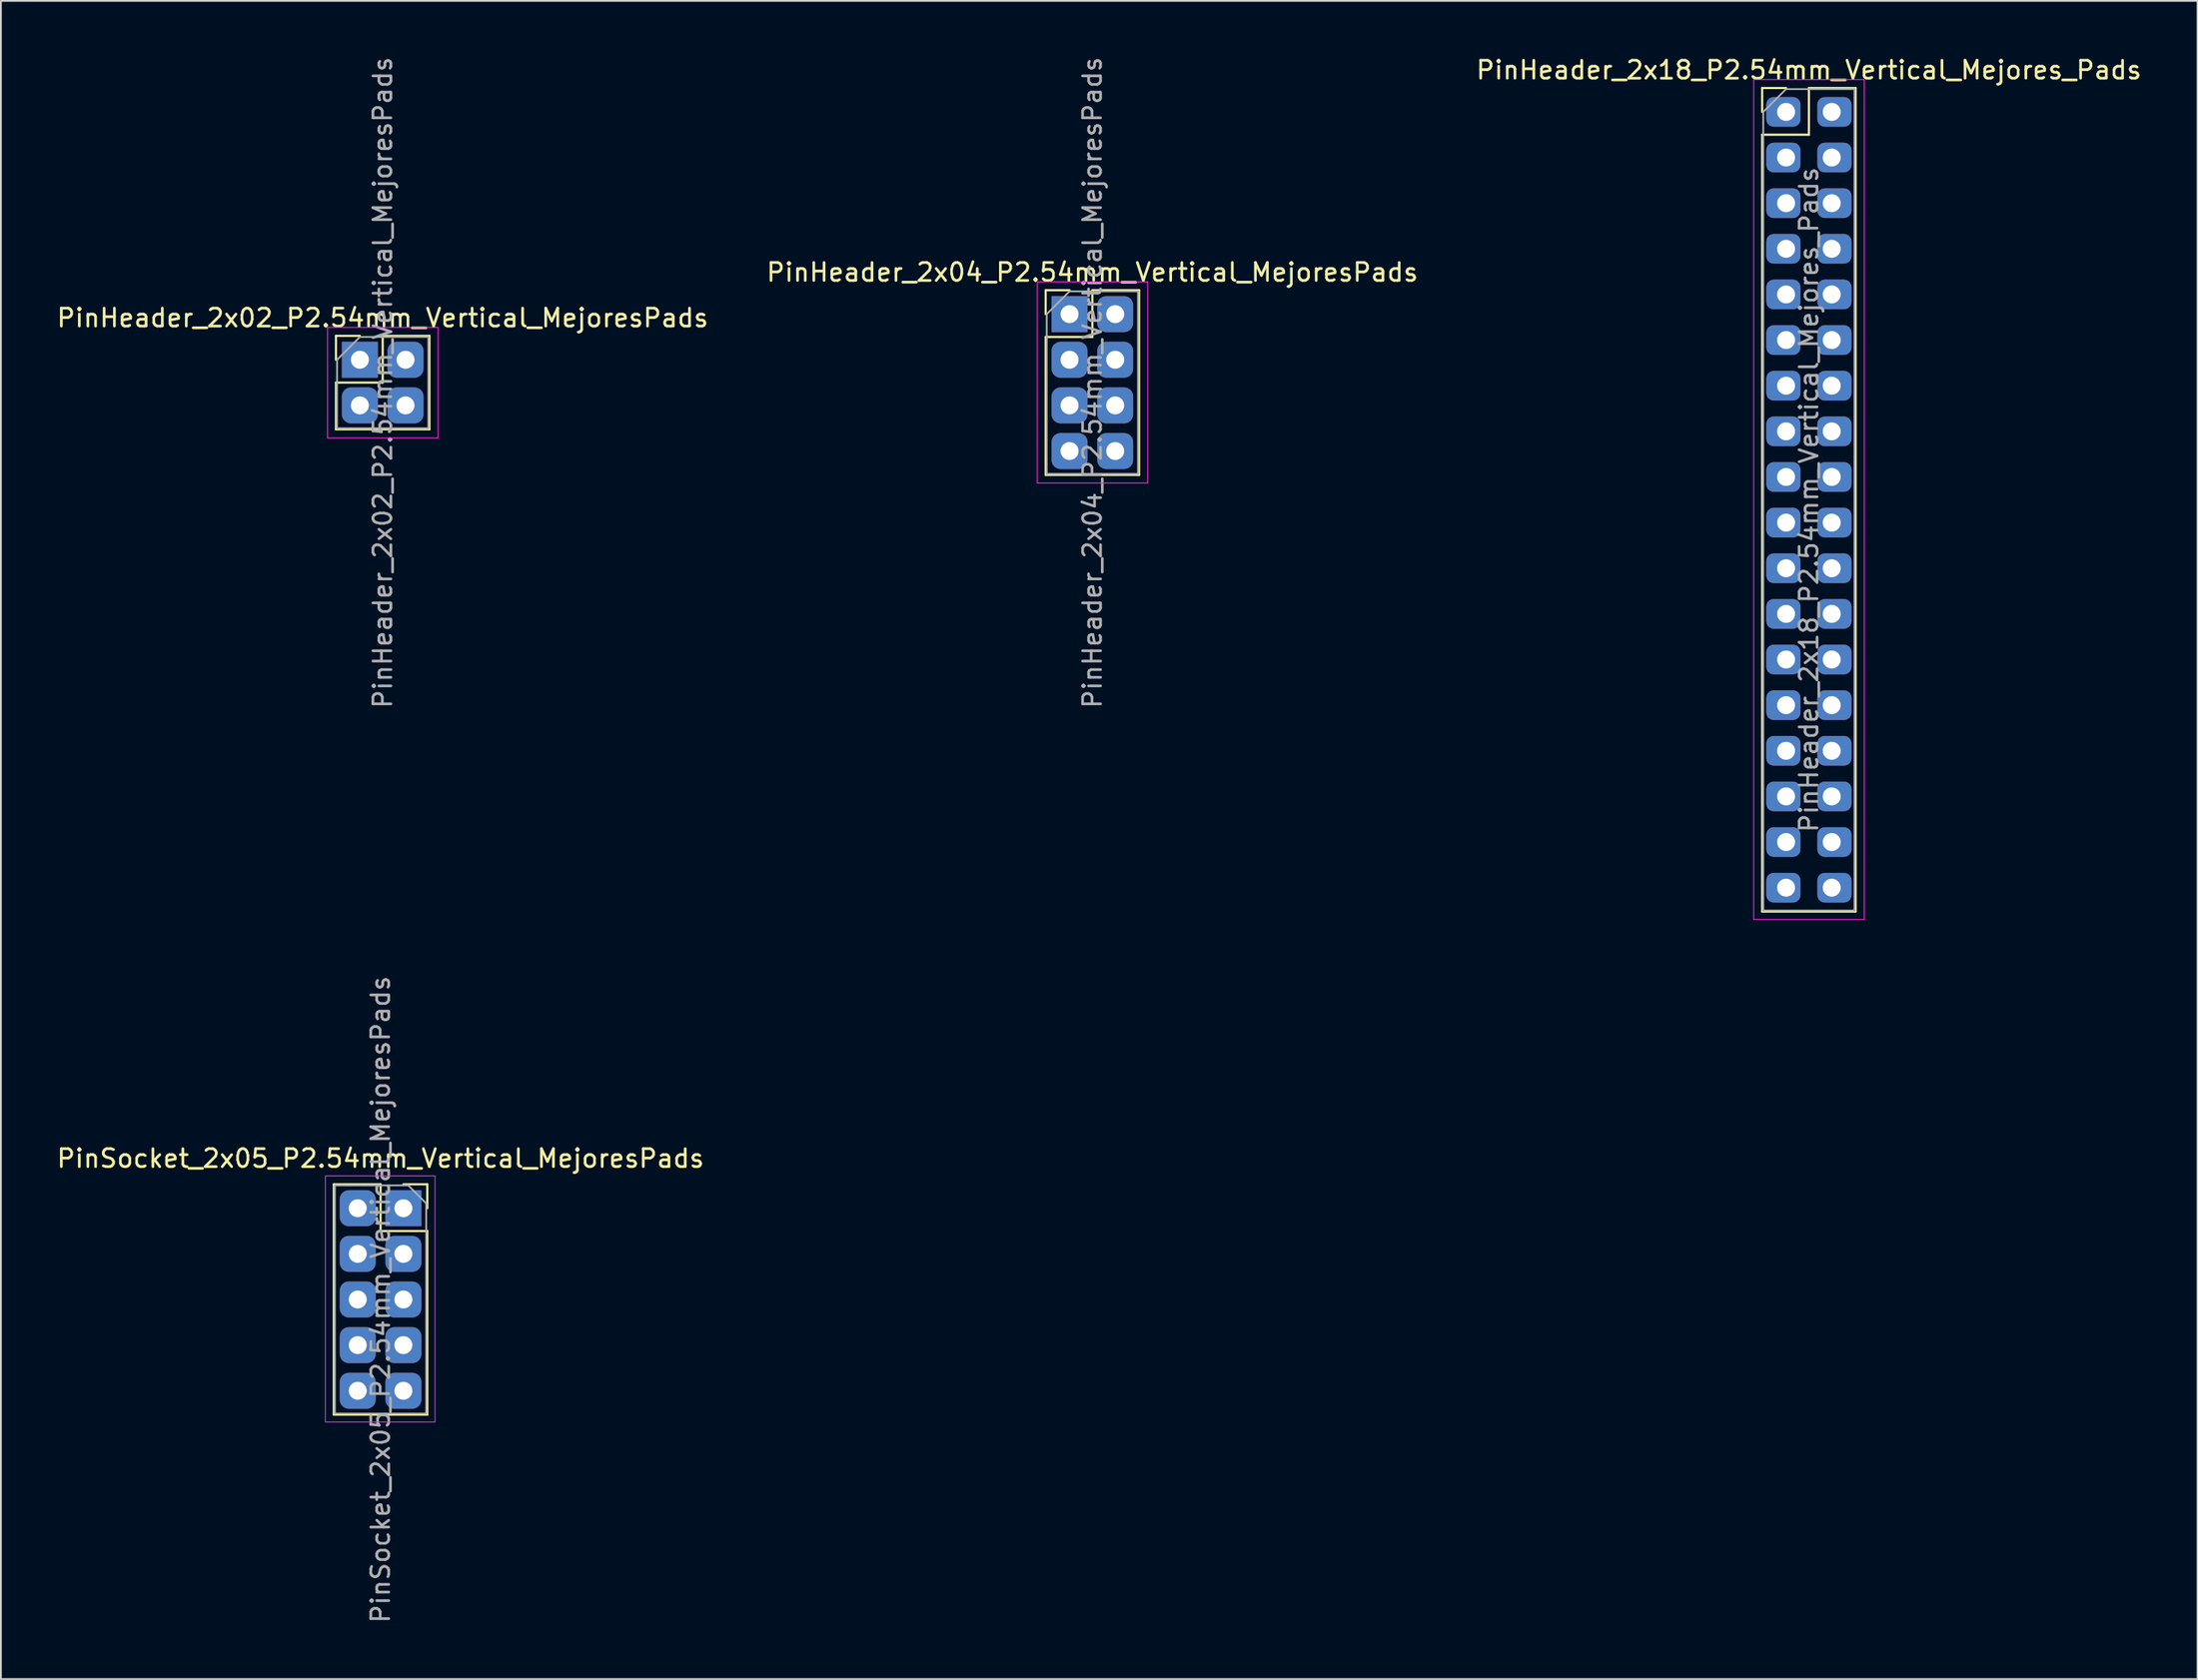
<source format=kicad_pcb>
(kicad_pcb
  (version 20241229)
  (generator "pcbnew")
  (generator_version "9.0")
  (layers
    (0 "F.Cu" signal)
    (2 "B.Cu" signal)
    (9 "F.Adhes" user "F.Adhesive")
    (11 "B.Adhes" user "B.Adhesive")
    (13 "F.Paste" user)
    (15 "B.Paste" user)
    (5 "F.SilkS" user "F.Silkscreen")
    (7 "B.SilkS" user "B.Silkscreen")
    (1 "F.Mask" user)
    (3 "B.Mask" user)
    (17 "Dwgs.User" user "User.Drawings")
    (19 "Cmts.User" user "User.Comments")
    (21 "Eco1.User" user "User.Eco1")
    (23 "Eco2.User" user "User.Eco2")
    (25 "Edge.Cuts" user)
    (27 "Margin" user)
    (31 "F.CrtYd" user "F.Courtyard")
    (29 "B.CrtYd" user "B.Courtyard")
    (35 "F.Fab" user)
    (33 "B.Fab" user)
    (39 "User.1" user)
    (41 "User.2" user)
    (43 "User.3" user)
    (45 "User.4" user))
  (footprint "PinSocket_2x05_P2.54mm_Vertical_MejoresPads"
    (layer "F.Cu")
    (at 19.395 64.198)
    (property "Reference" "PinSocket_2x05_P2.54mm_Vertical_MejoresPads" (at -1.27 -2.77 0) (layer "F.SilkS") (effects (font (size 1 1) (thickness 0.15))))
    (attr through_hole)
    (fp_line (start -3.87 -1.33) (end -3.87 11.49) (stroke (width 0.12) (type solid)) (layer "F.SilkS"))
    (fp_line (start -3.87 -1.33) (end -1.27 -1.33) (stroke (width 0.12) (type solid)) (layer "F.SilkS"))
    (fp_line (start -3.87 11.49) (end 1.33 11.49) (stroke (width 0.12) (type solid)) (layer "F.SilkS"))
    (fp_line (start -1.27 -1.33) (end -1.27 1.27) (stroke (width 0.12) (type solid)) (layer "F.SilkS"))
    (fp_line (start -1.27 1.27) (end 1.33 1.27) (stroke (width 0.12) (type solid)) (layer "F.SilkS"))
    (fp_line (start 0 -1.33) (end 1.33 -1.33) (stroke (width 0.12) (type solid)) (layer "F.SilkS"))
    (fp_line (start 1.33 -1.33) (end 1.33 0) (stroke (width 0.12) (type solid)) (layer "F.SilkS"))
    (fp_line (start 1.33 1.27) (end 1.33 11.49) (stroke (width 0.12) (type solid)) (layer "F.SilkS"))
    (fp_line (start -4.34 -1.8) (end 1.76 -1.8) (stroke (width 0.05) (type solid)) (layer "F.CrtYd"))
    (fp_line (start -4.34 11.9) (end -4.34 -1.8) (stroke (width 0.05) (type solid)) (layer "F.CrtYd"))
    (fp_line (start 1.76 -1.8) (end 1.76 11.9) (stroke (width 0.05) (type solid)) (layer "F.CrtYd"))
    (fp_line (start 1.76 11.9) (end -4.34 11.9) (stroke (width 0.05) (type solid)) (layer "F.CrtYd"))
    (fp_line (start -3.81 -1.27) (end 0.27 -1.27) (stroke (width 0.1) (type solid)) (layer "F.Fab"))
    (fp_line (start -3.81 11.43) (end -3.81 -1.27) (stroke (width 0.1) (type solid)) (layer "F.Fab"))
    (fp_line (start 0.27 -1.27) (end 1.27 -0.27) (stroke (width 0.1) (type solid)) (layer "F.Fab"))
    (fp_line (start 1.27 -0.27) (end 1.27 11.43) (stroke (width 0.1) (type solid)) (layer "F.Fab"))
    (fp_line (start 1.27 11.43) (end -3.81 11.43) (stroke (width 0.1) (type solid)) (layer "F.Fab"))
    (fp_text user "${REFERENCE}" (at -1.27 5.08 90) (layer "F.Fab") (effects (font (size 1 1) (thickness 0.15))))
    (pad "1" thru_hole rect (at 0 0) (size 2 2) (drill 1) (layers "*.Cu" "*.Mask"))
    (pad "2" thru_hole roundrect (at -2.54 0) (size 2 2) (drill 1) (layers "*.Cu" "*.Mask") (roundrect_rratio 0.25))
    (pad "3" thru_hole roundrect (at 0 2.54) (size 2 2) (drill 1) (layers "*.Cu" "*.Mask") (roundrect_rratio 0.25))
    (pad "4" thru_hole roundrect (at -2.54 2.54) (size 2 2) (drill 1) (layers "*.Cu" "*.Mask") (roundrect_rratio 0.25))
    (pad "5" thru_hole roundrect (at 0 5.08) (size 2 2) (drill 1) (layers "*.Cu" "*.Mask") (roundrect_rratio 0.25))
    (pad "6" thru_hole roundrect (at -2.54 5.08) (size 2 2) (drill 1) (layers "*.Cu" "*.Mask") (roundrect_rratio 0.25))
    (pad "7" thru_hole roundrect (at 0 7.62) (size 2 2) (drill 1) (layers "*.Cu" "*.Mask") (roundrect_rratio 0.25))
    (pad "8" thru_hole roundrect (at -2.54 7.62) (size 2 2) (drill 1) (layers "*.Cu" "*.Mask") (roundrect_rratio 0.25))
    (pad "9" thru_hole roundrect (at 0 10.16) (size 2 2) (drill 1) (layers "*.Cu" "*.Mask") (roundrect_rratio 0.25))
    (pad "10" thru_hole roundrect (at -2.54 10.16) (size 2 2) (drill 1) (layers "*.Cu" "*.Mask") (roundrect_rratio 0.25)))
  (footprint "PinHeader_2x02_P2.54mm_Vertical_MejoresPads"
    (layer "F.Cu")
    (at 16.974 16.974)
    (property "Reference" "PinHeader_2x02_P2.54mm_Vertical_MejoresPads" (at 1.27 -2.33 0) (layer "F.SilkS") (effects (font (size 1 1) (thickness 0.15))))
    (attr through_hole)
    (fp_line (start -1.33 -1.33) (end 0 -1.33) (stroke (width 0.12) (type solid)) (layer "F.SilkS"))
    (fp_line (start -1.33 0) (end -1.33 -1.33) (stroke (width 0.12) (type solid)) (layer "F.SilkS"))
    (fp_line (start -1.33 1.27) (end -1.33 3.87) (stroke (width 0.12) (type solid)) (layer "F.SilkS"))
    (fp_line (start -1.33 1.27) (end 1.27 1.27) (stroke (width 0.12) (type solid)) (layer "F.SilkS"))
    (fp_line (start -1.33 3.87) (end 3.87 3.87) (stroke (width 0.12) (type solid)) (layer "F.SilkS"))
    (fp_line (start 1.27 -1.33) (end 3.87 -1.33) (stroke (width 0.12) (type solid)) (layer "F.SilkS"))
    (fp_line (start 1.27 1.27) (end 1.27 -1.33) (stroke (width 0.12) (type solid)) (layer "F.SilkS"))
    (fp_line (start 3.87 -1.33) (end 3.87 3.87) (stroke (width 0.12) (type solid)) (layer "F.SilkS"))
    (fp_line (start -1.8 -1.8) (end -1.8 4.35) (stroke (width 0.05) (type solid)) (layer "F.CrtYd"))
    (fp_line (start -1.8 4.35) (end 4.35 4.35) (stroke (width 0.05) (type solid)) (layer "F.CrtYd"))
    (fp_line (start 4.35 -1.8) (end -1.8 -1.8) (stroke (width 0.05) (type solid)) (layer "F.CrtYd"))
    (fp_line (start 4.35 4.35) (end 4.35 -1.8) (stroke (width 0.05) (type solid)) (layer "F.CrtYd"))
    (fp_line (start -1.27 0) (end 0 -1.27) (stroke (width 0.1) (type solid)) (layer "F.Fab"))
    (fp_line (start -1.27 3.81) (end -1.27 0) (stroke (width 0.1) (type solid)) (layer "F.Fab"))
    (fp_line (start 0 -1.27) (end 3.81 -1.27) (stroke (width 0.1) (type solid)) (layer "F.Fab"))
    (fp_line (start 3.81 -1.27) (end 3.81 3.81) (stroke (width 0.1) (type solid)) (layer "F.Fab"))
    (fp_line (start 3.81 3.81) (end -1.27 3.81) (stroke (width 0.1) (type solid)) (layer "F.Fab"))
    (fp_text user "${REFERENCE}" (at 1.27 1.27 90) (layer "F.Fab") (effects (font (size 1 1) (thickness 0.15))))
    (pad "1" thru_hole rect (at 0 0) (size 2 2) (drill 1) (layers "*.Cu" "*.Mask"))
    (pad "2" thru_hole roundrect (at 2.54 0) (size 2 2) (drill 1) (layers "*.Cu" "*.Mask") (roundrect_rratio 0.25))
    (pad "3" thru_hole roundrect (at 0 2.54) (size 2 2) (drill 1) (layers "*.Cu" "*.Mask") (roundrect_rratio 0.25))
    (pad "4" thru_hole roundrect (at 2.54 2.54) (size 2 2) (drill 1) (layers "*.Cu" "*.Mask") (roundrect_rratio 0.25)))
  (footprint "PinHeader_2x04_P2.54mm_Vertical_MejoresPads"
    (layer "F.Cu")
    (at 56.462 14.434)
    (property "Reference" "PinHeader_2x04_P2.54mm_Vertical_MejoresPads" (at 1.27 -2.33 0) (layer "F.SilkS") (effects (font (size 1 1) (thickness 0.15))))
    (attr through_hole)
    (fp_line (start -1.33 -1.33) (end 0 -1.33) (stroke (width 0.12) (type solid)) (layer "F.SilkS"))
    (fp_line (start -1.33 0) (end -1.33 -1.33) (stroke (width 0.12) (type solid)) (layer "F.SilkS"))
    (fp_line (start -1.33 1.27) (end -1.33 8.95) (stroke (width 0.12) (type solid)) (layer "F.SilkS"))
    (fp_line (start -1.33 1.27) (end 1.27 1.27) (stroke (width 0.12) (type solid)) (layer "F.SilkS"))
    (fp_line (start -1.33 8.95) (end 3.87 8.95) (stroke (width 0.12) (type solid)) (layer "F.SilkS"))
    (fp_line (start 1.27 -1.33) (end 3.87 -1.33) (stroke (width 0.12) (type solid)) (layer "F.SilkS"))
    (fp_line (start 1.27 1.27) (end 1.27 -1.33) (stroke (width 0.12) (type solid)) (layer "F.SilkS"))
    (fp_line (start 3.87 -1.33) (end 3.87 8.95) (stroke (width 0.12) (type solid)) (layer "F.SilkS"))
    (fp_line (start -1.8 -1.8) (end -1.8 9.4) (stroke (width 0.05) (type solid)) (layer "F.CrtYd"))
    (fp_line (start -1.8 9.4) (end 4.35 9.4) (stroke (width 0.05) (type solid)) (layer "F.CrtYd"))
    (fp_line (start 4.35 -1.8) (end -1.8 -1.8) (stroke (width 0.05) (type solid)) (layer "F.CrtYd"))
    (fp_line (start 4.35 9.4) (end 4.35 -1.8) (stroke (width 0.05) (type solid)) (layer "F.CrtYd"))
    (fp_line (start -1.27 0) (end 0 -1.27) (stroke (width 0.1) (type solid)) (layer "F.Fab"))
    (fp_line (start -1.27 8.89) (end -1.27 0) (stroke (width 0.1) (type solid)) (layer "F.Fab"))
    (fp_line (start 0 -1.27) (end 3.81 -1.27) (stroke (width 0.1) (type solid)) (layer "F.Fab"))
    (fp_line (start 3.81 -1.27) (end 3.81 8.89) (stroke (width 0.1) (type solid)) (layer "F.Fab"))
    (fp_line (start 3.81 8.89) (end -1.27 8.89) (stroke (width 0.1) (type solid)) (layer "F.Fab"))
    (fp_text user "${REFERENCE}" (at 1.27 3.81 90) (layer "F.Fab") (effects (font (size 1 1) (thickness 0.15))))
    (pad "1" thru_hole rect (at 0 0) (size 2 2) (drill 1) (layers "*.Cu" "*.Mask"))
    (pad "2" thru_hole roundrect (at 2.54 0) (size 2 2) (drill 1) (layers "*.Cu" "*.Mask") (roundrect_rratio 0.25))
    (pad "3" thru_hole roundrect (at 0 2.54) (size 2 2) (drill 1) (layers "*.Cu" "*.Mask") (roundrect_rratio 0.25))
    (pad "4" thru_hole roundrect (at 2.54 2.54) (size 2 2) (drill 1) (layers "*.Cu" "*.Mask") (roundrect_rratio 0.25))
    (pad "5" thru_hole roundrect (at 0 5.08) (size 2 2) (drill 1) (layers "*.Cu" "*.Mask") (roundrect_rratio 0.25))
    (pad "6" thru_hole roundrect (at 2.54 5.08) (size 2 2) (drill 1) (layers "*.Cu" "*.Mask") (roundrect_rratio 0.25))
    (pad "7" thru_hole roundrect (at 0 7.62) (size 2 2) (drill 1) (layers "*.Cu" "*.Mask") (roundrect_rratio 0.25))
    (pad "8" thru_hole roundrect (at 2.54 7.62) (size 2 2) (drill 1) (layers "*.Cu" "*.Mask") (roundrect_rratio 0.25)))
  (footprint "PinHeader_2x18_P2.54mm_Vertical_Mejores_Pads"
    (layer "F.Cu")
    (at 96.331 3.178)
    (property "Reference" "PinHeader_2x18_P2.54mm_Vertical_Mejores_Pads" (at 1.27 -2.33 0) (layer "F.SilkS") (effects (font (size 1 1) (thickness 0.15))))
    (attr through_hole)
    (fp_line (start -1.33 -1.33) (end 0 -1.33) (stroke (width 0.12) (type solid)) (layer "F.SilkS"))
    (fp_line (start -1.33 0) (end -1.33 -1.33) (stroke (width 0.12) (type solid)) (layer "F.SilkS"))
    (fp_line (start -1.33 1.27) (end -1.33 44.51) (stroke (width 0.12) (type solid)) (layer "F.SilkS"))
    (fp_line (start -1.33 1.27) (end 1.27 1.27) (stroke (width 0.12) (type solid)) (layer "F.SilkS"))
    (fp_line (start -1.33 44.51) (end 3.87 44.51) (stroke (width 0.12) (type solid)) (layer "F.SilkS"))
    (fp_line (start 1.27 -1.33) (end 3.87 -1.33) (stroke (width 0.12) (type solid)) (layer "F.SilkS"))
    (fp_line (start 1.27 1.27) (end 1.27 -1.33) (stroke (width 0.12) (type solid)) (layer "F.SilkS"))
    (fp_line (start 3.87 -1.33) (end 3.87 44.51) (stroke (width 0.12) (type solid)) (layer "F.SilkS"))
    (fp_line (start -1.8 -1.8) (end -1.8 44.95) (stroke (width 0.05) (type solid)) (layer "F.CrtYd"))
    (fp_line (start -1.8 44.95) (end 4.35 44.95) (stroke (width 0.05) (type solid)) (layer "F.CrtYd"))
    (fp_line (start 4.35 -1.8) (end -1.8 -1.8) (stroke (width 0.05) (type solid)) (layer "F.CrtYd"))
    (fp_line (start 4.35 44.95) (end 4.35 -1.8) (stroke (width 0.05) (type solid)) (layer "F.CrtYd"))
    (fp_line (start -1.27 0) (end 0 -1.27) (stroke (width 0.1) (type solid)) (layer "F.Fab"))
    (fp_line (start -1.27 44.45) (end -1.27 0) (stroke (width 0.1) (type solid)) (layer "F.Fab"))
    (fp_line (start 0 -1.27) (end 3.81 -1.27) (stroke (width 0.1) (type solid)) (layer "F.Fab"))
    (fp_line (start 3.81 -1.27) (end 3.81 44.45) (stroke (width 0.1) (type solid)) (layer "F.Fab"))
    (fp_line (start 3.81 44.45) (end -1.27 44.45) (stroke (width 0.1) (type solid)) (layer "F.Fab"))
    (fp_text user "${REFERENCE}" (at 1.27 21.59 90) (layer "F.Fab") (effects (font (size 1 1) (thickness 0.15))))
    (pad "1" thru_hole roundrect (at 0 0) (size 1.9 1.65) (drill 1 (offset -0.15 0)) (layers "*.Cu" "*.Mask") (roundrect_rratio 0.25))
    (pad "2" thru_hole roundrect (at 2.54 0) (size 1.9 1.65) (drill 1 (offset 0.15 0)) (layers "*.Cu" "*.Mask") (roundrect_rratio 0.25))
    (pad "3" thru_hole roundrect (at 0 2.54) (size 1.9 1.65) (drill 1 (offset -0.15 0)) (layers "*.Cu" "*.Mask") (roundrect_rratio 0.25))
    (pad "4" thru_hole roundrect (at 2.54 2.54) (size 1.9 1.65) (drill 1 (offset 0.15 0)) (layers "*.Cu" "*.Mask") (roundrect_rratio 0.25))
    (pad "5" thru_hole roundrect (at 0 5.08) (size 1.9 1.65) (drill 1 (offset -0.15 0)) (layers "*.Cu" "*.Mask") (roundrect_rratio 0.25))
    (pad "6" thru_hole roundrect (at 2.54 5.08) (size 1.9 1.65) (drill 1 (offset 0.15 0)) (layers "*.Cu" "*.Mask") (roundrect_rratio 0.25))
    (pad "7" thru_hole roundrect (at 0 7.62) (size 1.9 1.65) (drill 1 (offset -0.15 0)) (layers "*.Cu" "*.Mask") (roundrect_rratio 0.25))
    (pad "8" thru_hole roundrect (at 2.54 7.62) (size 1.9 1.65) (drill 1 (offset 0.15 0)) (layers "*.Cu" "*.Mask") (roundrect_rratio 0.25))
    (pad "9" thru_hole roundrect (at 0 10.16) (size 1.9 1.65) (drill 1 (offset -0.15 0)) (layers "*.Cu" "*.Mask") (roundrect_rratio 0.25))
    (pad "10" thru_hole roundrect (at 2.54 10.16) (size 1.9 1.65) (drill 1 (offset 0.15 0)) (layers "*.Cu" "*.Mask") (roundrect_rratio 0.25))
    (pad "11" thru_hole roundrect (at 0 12.7) (size 1.9 1.65) (drill 1 (offset -0.15 0)) (layers "*.Cu" "*.Mask") (roundrect_rratio 0.25))
    (pad "12" thru_hole roundrect (at 2.54 12.7) (size 1.9 1.65) (drill 1 (offset 0.15 0)) (layers "*.Cu" "*.Mask") (roundrect_rratio 0.25))
    (pad "13" thru_hole roundrect (at 0 15.24) (size 1.9 1.65) (drill 1 (offset -0.15 0)) (layers "*.Cu" "*.Mask") (roundrect_rratio 0.25))
    (pad "14" thru_hole roundrect (at 2.54 15.24) (size 1.9 1.65) (drill 1 (offset 0.15 0)) (layers "*.Cu" "*.Mask") (roundrect_rratio 0.25))
    (pad "15" thru_hole roundrect (at 0 17.78) (size 1.9 1.65) (drill 1 (offset -0.15 0)) (layers "*.Cu" "*.Mask") (roundrect_rratio 0.25))
    (pad "16" thru_hole roundrect (at 2.54 17.78) (size 1.9 1.65) (drill 1 (offset 0.15 0)) (layers "*.Cu" "*.Mask") (roundrect_rratio 0.25))
    (pad "17" thru_hole roundrect (at 0 20.32) (size 1.9 1.65) (drill 1 (offset -0.15 0)) (layers "*.Cu" "*.Mask") (roundrect_rratio 0.25))
    (pad "18" thru_hole roundrect (at 2.54 20.32) (size 1.9 1.65) (drill 1 (offset 0.15 0)) (layers "*.Cu" "*.Mask") (roundrect_rratio 0.25))
    (pad "19" thru_hole roundrect (at 0 22.86) (size 1.9 1.65) (drill 1 (offset -0.15 0)) (layers "*.Cu" "*.Mask") (roundrect_rratio 0.25))
    (pad "20" thru_hole roundrect (at 2.54 22.86) (size 1.9 1.65) (drill 1 (offset 0.15 0)) (layers "*.Cu" "*.Mask") (roundrect_rratio 0.25))
    (pad "21" thru_hole roundrect (at 0 25.4) (size 1.9 1.65) (drill 1 (offset -0.15 0)) (layers "*.Cu" "*.Mask") (roundrect_rratio 0.25))
    (pad "22" thru_hole roundrect (at 2.54 25.4) (size 1.9 1.65) (drill 1 (offset 0.15 0)) (layers "*.Cu" "*.Mask") (roundrect_rratio 0.25))
    (pad "23" thru_hole roundrect (at 0 27.94) (size 1.9 1.65) (drill 1 (offset -0.15 0)) (layers "*.Cu" "*.Mask") (roundrect_rratio 0.25))
    (pad "24" thru_hole roundrect (at 2.54 27.94) (size 1.9 1.65) (drill 1 (offset 0.15 0)) (layers "*.Cu" "*.Mask") (roundrect_rratio 0.25))
    (pad "25" thru_hole roundrect (at 0 30.48) (size 1.9 1.65) (drill 1 (offset -0.15 0)) (layers "*.Cu" "*.Mask") (roundrect_rratio 0.25))
    (pad "26" thru_hole roundrect (at 2.54 30.48) (size 1.9 1.65) (drill 1 (offset 0.15 0)) (layers "*.Cu" "*.Mask") (roundrect_rratio 0.25))
    (pad "27" thru_hole roundrect (at 0 33.02) (size 1.9 1.65) (drill 1 (offset -0.15 0)) (layers "*.Cu" "*.Mask") (roundrect_rratio 0.25))
    (pad "28" thru_hole roundrect (at 2.54 33.02) (size 1.9 1.65) (drill 1 (offset 0.15 0)) (layers "*.Cu" "*.Mask") (roundrect_rratio 0.25))
    (pad "29" thru_hole roundrect (at 0 35.56) (size 1.9 1.65) (drill 1 (offset -0.15 0)) (layers "*.Cu" "*.Mask") (roundrect_rratio 0.25))
    (pad "30" thru_hole roundrect (at 2.54 35.56) (size 1.9 1.65) (drill 1 (offset 0.15 0)) (layers "*.Cu" "*.Mask") (roundrect_rratio 0.25))
    (pad "31" thru_hole roundrect (at 0 38.1) (size 1.9 1.65) (drill 1 (offset -0.15 0)) (layers "*.Cu" "*.Mask") (roundrect_rratio 0.25))
    (pad "32" thru_hole roundrect (at 2.54 38.1) (size 1.9 1.65) (drill 1 (offset 0.15 0)) (layers "*.Cu" "*.Mask") (roundrect_rratio 0.25))
    (pad "33" thru_hole roundrect (at 0 40.64) (size 1.9 1.65) (drill 1 (offset -0.15 0)) (layers "*.Cu" "*.Mask") (roundrect_rratio 0.25))
    (pad "34" thru_hole roundrect (at 2.54 40.64) (size 1.9 1.65) (drill 1 (offset 0.15 0)) (layers "*.Cu" "*.Mask") (roundrect_rratio 0.25))
    (pad "35" thru_hole roundrect (at 0 43.18) (size 1.9 1.65) (drill 1 (offset -0.15 0)) (layers "*.Cu" "*.Mask") (roundrect_rratio 0.25))
    (pad "36" thru_hole roundrect (at 2.54 43.18) (size 1.9 1.65) (drill 1 (offset 0.15 0)) (layers "*.Cu" "*.Mask") (roundrect_rratio 0.25)))
  (gr_rect
    (start -3 -3)
    (end 119.226 90.403)
    (stroke (width 0.1) (type default))
    (fill no)
    (layer "Edge.Cuts")))
</source>
